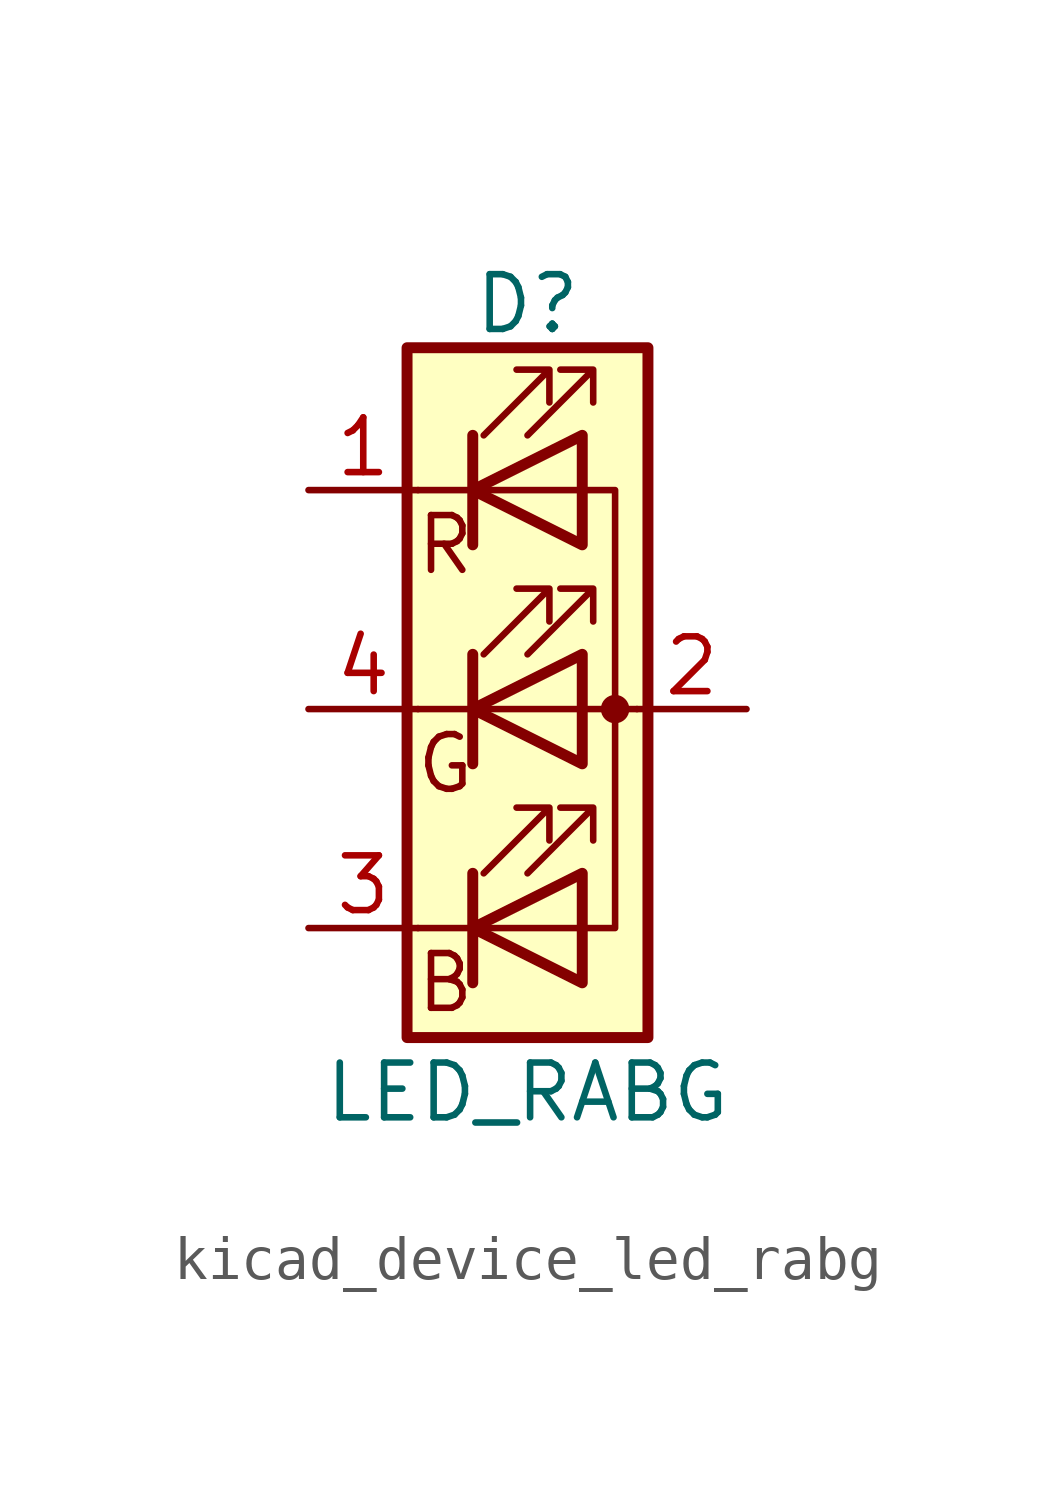
<source format=kicad_sym>
(kicad_symbol_lib
  (version 20220914)
  (generator kicad_symbol_editor)
  (symbol "kicad_device_led_rabg"
    (pin_names
      (offset 0) hide)
    (property "Reference" "D"
      (at 0 9.398 0)
      (effects (font (size 1.27 1.27))))
    (property "Value" "LED_RABG"
      (at 0 -8.89 0)
      (effects (font (size 1.27 1.27))))
    (symbol "kicad_device_led_rabg_0_0"
      (text "B" (at -1.905 -6.35 0) (effects (font (size 1.27 1.27))))
      (text "G" (at -1.905 -1.27 0) (effects (font (size 1.27 1.27))))
      (text "R" (at -1.905 3.81 0) (effects (font (size 1.27 1.27)))))
    (symbol "kicad_device_led_rabg_0_1"
      (polyline (pts (xy -1.27 -5.08) (xy -2.54 -5.08)) (stroke (width 0) (type default)) (fill (type none)))
      (polyline (pts (xy -1.27 -5.08) (xy 1.27 -5.08)) (stroke (width 0) (type default)) (fill (type none)))
      (polyline (pts (xy -1.27 -3.81) (xy -1.27 -6.35)) (stroke (width 0.254) (type default)) (fill (type none)))
      (polyline (pts (xy -1.27 0) (xy -2.54 0)) (stroke (width 0) (type default)) (fill (type none)))
      (polyline (pts (xy -1.27 1.27) (xy -1.27 -1.27)) (stroke (width 0.254) (type default)) (fill (type none)))
      (polyline (pts (xy -1.27 5.08) (xy -2.54 5.08)) (stroke (width 0) (type default)) (fill (type none)))
      (polyline (pts (xy -1.27 5.08) (xy 1.27 5.08)) (stroke (width 0) (type default)) (fill (type none)))
      (polyline (pts (xy -1.27 6.35) (xy -1.27 3.81)) (stroke (width 0.254) (type default)) (fill (type none)))
      (polyline (pts (xy 1.27 0) (xy -1.27 0)) (stroke (width 0) (type default)) (fill (type none)))
      (polyline (pts (xy 1.27 0) (xy 2.54 0)) (stroke (width 0) (type default)) (fill (type none)))
      (polyline (pts (xy -1.27 1.27) (xy -1.27 -1.27) (xy -1.27 -1.27)) (stroke (width 0) (type default)) (fill (type none)))
      (polyline (pts (xy -1.27 6.35) (xy -1.27 3.81) (xy -1.27 3.81)) (stroke (width 0) (type default)) (fill (type none)))
      (polyline (pts (xy 1.27 -5.08) (xy 2.032 -5.08) (xy 2.032 5.08) (xy 1.27 5.08)) (stroke (width 0) (type default)) (fill (type none)))
      (polyline (pts (xy 1.27 -3.81) (xy 1.27 -6.35) (xy -1.27 -5.08) (xy 1.27 -3.81)) (stroke (width 0.254) (type default)) (fill (type none)))
      (polyline (pts (xy 1.27 1.27) (xy 1.27 -1.27) (xy -1.27 0) (xy 1.27 1.27)) (stroke (width 0.254) (type default)) (fill (type none)))
      (polyline (pts (xy 1.27 6.35) (xy 1.27 3.81) (xy -1.27 5.08) (xy 1.27 6.35)) (stroke (width 0.254) (type default)) (fill (type none)))
      (polyline (pts (xy -1.016 -3.81) (xy 0.508 -2.286) (xy -0.254 -2.286) (xy 0.508 -2.286) (xy 0.508 -3.048)) (stroke (width 0) (type default)) (fill (type none)))
      (polyline (pts (xy -1.016 1.27) (xy 0.508 2.794) (xy -0.254 2.794) (xy 0.508 2.794) (xy 0.508 2.032)) (stroke (width 0) (type default)) (fill (type none)))
      (polyline (pts (xy -1.016 6.35) (xy 0.508 7.874) (xy -0.254 7.874) (xy 0.508 7.874) (xy 0.508 7.112)) (stroke (width 0) (type default)) (fill (type none)))
      (polyline (pts (xy 0 -3.81) (xy 1.524 -2.286) (xy 0.762 -2.286) (xy 1.524 -2.286) (xy 1.524 -3.048)) (stroke (width 0) (type default)) (fill (type none)))
      (polyline (pts (xy 0 1.27) (xy 1.524 2.794) (xy 0.762 2.794) (xy 1.524 2.794) (xy 1.524 2.032)) (stroke (width 0) (type default)) (fill (type none)))
      (polyline (pts (xy 0 6.35) (xy 1.524 7.874) (xy 0.762 7.874) (xy 1.524 7.874) (xy 1.524 7.112)) (stroke (width 0) (type default)) (fill (type none)))
      (rectangle (start 1.27 -1.27) (end 1.27 1.27) (stroke (width 0) (type default)) (fill (type none)))
      (rectangle (start 1.27 1.27) (end 1.27 1.27) (stroke (width 0) (type default)) (fill (type none)))
      (rectangle (start 1.27 3.81) (end 1.27 6.35) (stroke (width 0) (type default)) (fill (type none)))
      (rectangle (start 1.27 6.35) (end 1.27 6.35) (stroke (width 0) (type default)) (fill (type none)))
      (circle (center 2.032 0) (radius 0.254) (stroke (width 0) (type default)) (fill (type outline)))
      (rectangle (start 2.794 8.382) (end -2.794 -7.62) (stroke (width 0.254) (type default)) (fill (type background))))
    (symbol "kicad_device_led_rabg_1_1"
      (pin passive line (at -5.08 5.08 0) (length 2.54) (name "RK" (effects (font (size 1.27 1.27)))) (number "1" (effects (font (size 1.27 1.27)))))
      (pin passive line (at 5.08 0 180) (length 2.54) (name "A" (effects (font (size 1.27 1.27)))) (number "2" (effects (font (size 1.27 1.27)))))
      (pin passive line (at -5.08 -5.08 0) (length 2.54) (name "BK" (effects (font (size 1.27 1.27)))) (number "3" (effects (font (size 1.27 1.27)))))
      (pin passive line (at -5.08 0 0) (length 2.54) (name "GK" (effects (font (size 1.27 1.27)))) (number "4" (effects (font (size 1.27 1.27))))))))
</source>
